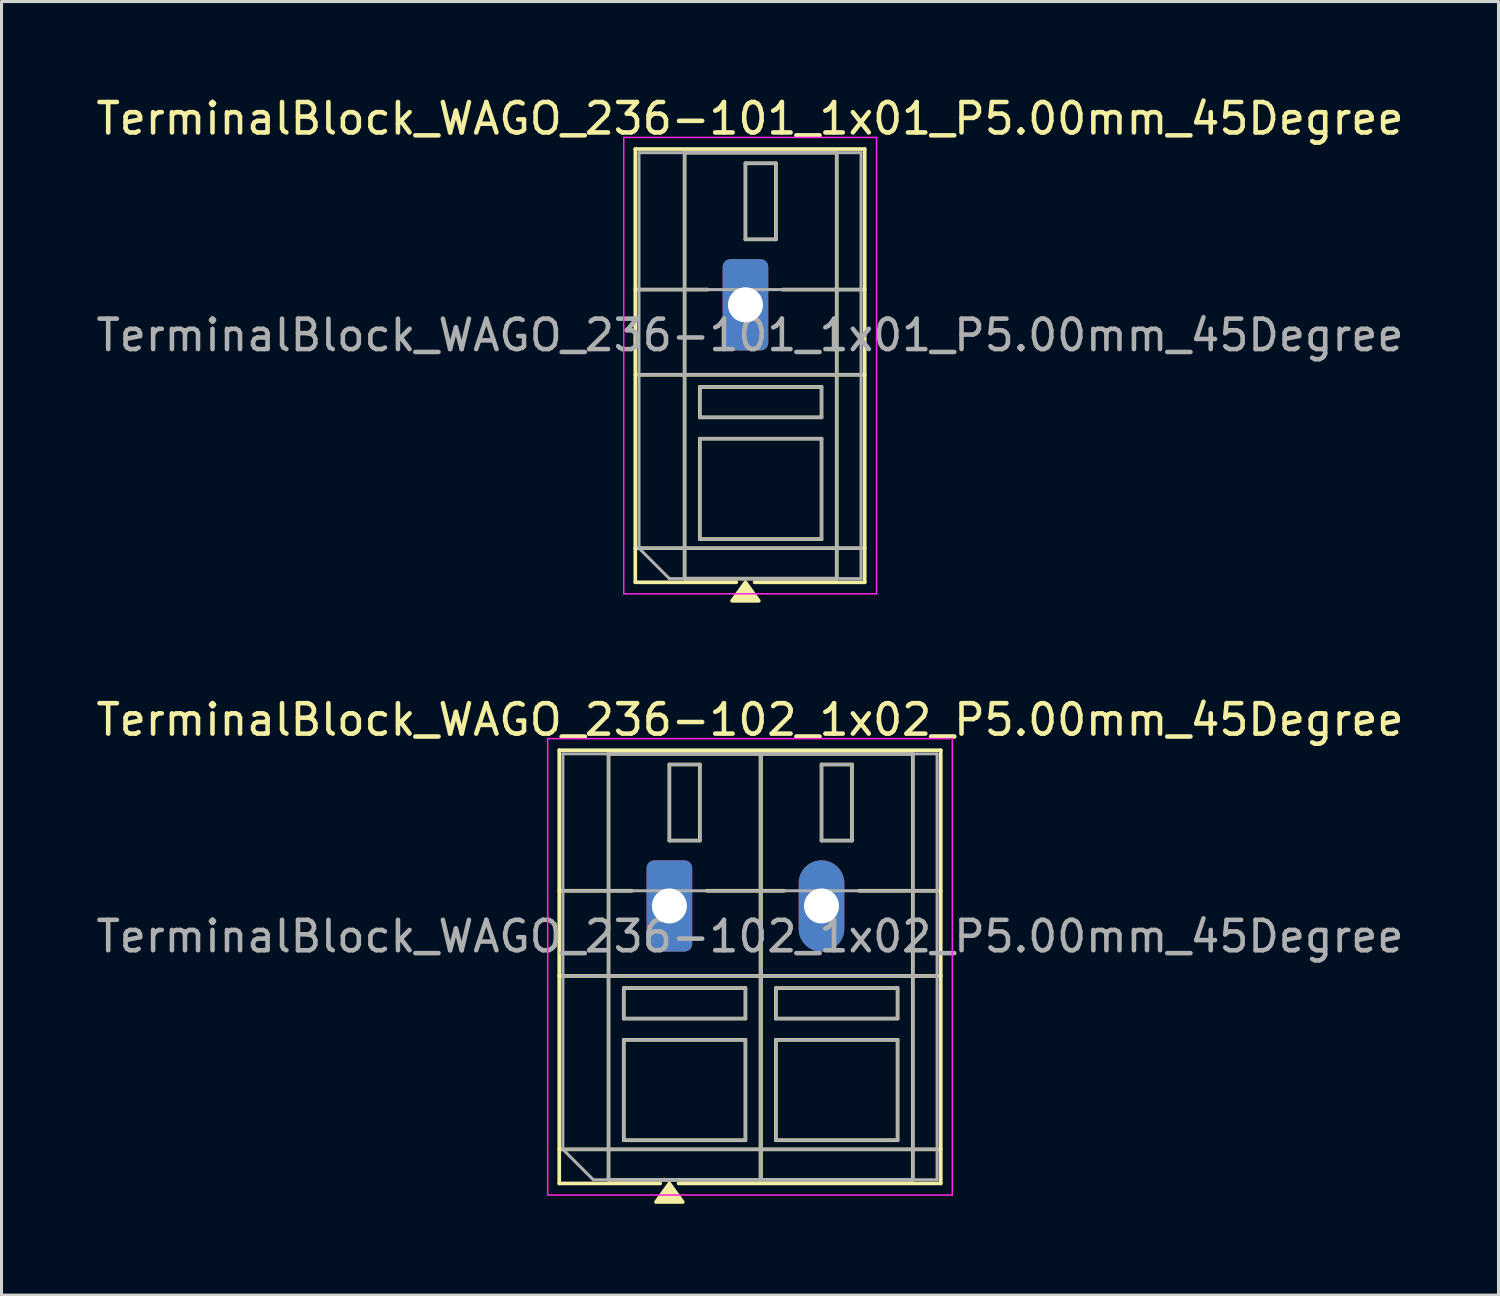
<source format=kicad_pcb>
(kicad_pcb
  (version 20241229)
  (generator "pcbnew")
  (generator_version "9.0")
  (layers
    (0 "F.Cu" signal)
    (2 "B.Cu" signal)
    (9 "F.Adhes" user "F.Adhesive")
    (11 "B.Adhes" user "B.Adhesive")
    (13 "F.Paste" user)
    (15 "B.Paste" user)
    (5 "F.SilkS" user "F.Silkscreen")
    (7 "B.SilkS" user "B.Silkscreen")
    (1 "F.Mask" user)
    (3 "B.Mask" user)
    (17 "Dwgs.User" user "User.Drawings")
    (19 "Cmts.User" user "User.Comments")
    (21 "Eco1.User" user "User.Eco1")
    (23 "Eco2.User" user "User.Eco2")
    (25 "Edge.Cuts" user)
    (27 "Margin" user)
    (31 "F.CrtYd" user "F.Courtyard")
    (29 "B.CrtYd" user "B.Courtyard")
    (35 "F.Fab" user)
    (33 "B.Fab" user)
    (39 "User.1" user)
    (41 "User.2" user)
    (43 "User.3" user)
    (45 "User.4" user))
  (footprint "TerminalBlock_WAGO_236-101_1x01_P5.00mm_45Degree"
    (layer "F.Cu")
    (at 21.451 6.968)
    (property "Reference" "TerminalBlock_WAGO_236-101_1x01_P5.00mm_45Degree" (at 0.15 -6.12 0) (layer "F.SilkS") (effects (font (size 1 1) (thickness 0.15))))
    (attr through_hole)
    (fp_line (start -3.62 -5.12) (end 3.92 -5.12) (stroke (width 0.12) (type solid)) (layer "F.SilkS"))
    (fp_line (start -3.62 -0.5) (end -1.23 -0.5) (stroke (width 0.12) (type solid)) (layer "F.SilkS"))
    (fp_line (start -3.62 2.3) (end 3.92 2.3) (stroke (width 0.12) (type solid)) (layer "F.SilkS"))
    (fp_line (start -3.62 8) (end 3.92 8) (stroke (width 0.12) (type solid)) (layer "F.SilkS"))
    (fp_line (start -3.62 9.12) (end -3.62 -5.12) (stroke (width 0.12) (type solid)) (layer "F.SilkS"))
    (fp_line (start -2 -5) (end 3 -5) (stroke (width 0.12) (type solid)) (layer "F.SilkS"))
    (fp_line (start -2 9) (end -2 -5) (stroke (width 0.12) (type solid)) (layer "F.SilkS"))
    (fp_line (start -1.5 2.7) (end 2.5 2.7) (stroke (width 0.12) (type solid)) (layer "F.SilkS"))
    (fp_line (start -1.5 3.7) (end -1.5 2.7) (stroke (width 0.12) (type solid)) (layer "F.SilkS"))
    (fp_line (start -1.5 4.4) (end 2.5 4.4) (stroke (width 0.12) (type solid)) (layer "F.SilkS"))
    (fp_line (start -1.5 7.7) (end -1.5 4.4) (stroke (width 0.12) (type solid)) (layer "F.SilkS"))
    (fp_line (start -0.3 9.12) (end -3.62 9.12) (stroke (width 0.12) (type solid)) (layer "F.SilkS"))
    (fp_line (start 0 -4.65) (end 1 -4.65) (stroke (width 0.12) (type solid)) (layer "F.SilkS"))
    (fp_line (start 0 -2.15) (end 0 -4.65) (stroke (width 0.12) (type solid)) (layer "F.SilkS"))
    (fp_line (start 1 -4.65) (end 1 -2.15) (stroke (width 0.12) (type solid)) (layer "F.SilkS"))
    (fp_line (start 1 -2.15) (end 0 -2.15) (stroke (width 0.12) (type solid)) (layer "F.SilkS"))
    (fp_line (start 1.23 -0.5) (end 3.92 -0.5) (stroke (width 0.12) (type solid)) (layer "F.SilkS"))
    (fp_line (start 2.5 2.7) (end 2.5 3.7) (stroke (width 0.12) (type solid)) (layer "F.SilkS"))
    (fp_line (start 2.5 3.7) (end -1.5 3.7) (stroke (width 0.12) (type solid)) (layer "F.SilkS"))
    (fp_line (start 2.5 4.4) (end 2.5 7.7) (stroke (width 0.12) (type solid)) (layer "F.SilkS"))
    (fp_line (start 2.5 7.7) (end -1.5 7.7) (stroke (width 0.12) (type solid)) (layer "F.SilkS"))
    (fp_line (start 3 -5) (end 3 9) (stroke (width 0.12) (type solid)) (layer "F.SilkS"))
    (fp_line (start 3 9) (end -2 9) (stroke (width 0.12) (type solid)) (layer "F.SilkS"))
    (fp_line (start 3.92 -5.12) (end 3.92 9.12) (stroke (width 0.12) (type solid)) (layer "F.SilkS"))
    (fp_line (start 3.92 9.12) (end 0.3 9.12) (stroke (width 0.12) (type solid)) (layer "F.SilkS"))
    (fp_poly (pts (xy 0 9.12) (xy 0.44 9.73) (xy -0.44 9.73)) (stroke (width 0.12) (type solid)) (fill yes) (layer "F.SilkS"))
    (fp_line (start -4 -5.5) (end -4 9.5) (stroke (width 0.05) (type solid)) (layer "F.CrtYd"))
    (fp_line (start -4 9.5) (end 4.31 9.5) (stroke (width 0.05) (type solid)) (layer "F.CrtYd"))
    (fp_line (start 4.31 -5.5) (end -4 -5.5) (stroke (width 0.05) (type solid)) (layer "F.CrtYd"))
    (fp_line (start 4.31 9.5) (end 4.31 -5.5) (stroke (width 0.05) (type solid)) (layer "F.CrtYd"))
    (fp_line (start -3.5 -5) (end 3.8 -5) (stroke (width 0.1) (type solid)) (layer "F.Fab"))
    (fp_line (start -3.5 -0.5) (end 3.8 -0.5) (stroke (width 0.1) (type solid)) (layer "F.Fab"))
    (fp_line (start -3.5 2.3) (end 3.8 2.3) (stroke (width 0.1) (type solid)) (layer "F.Fab"))
    (fp_line (start -3.5 8) (end -3.5 -5) (stroke (width 0.1) (type solid)) (layer "F.Fab"))
    (fp_line (start -3.5 8) (end 3.8 8) (stroke (width 0.1) (type solid)) (layer "F.Fab"))
    (fp_line (start -2.5 9) (end -3.5 8) (stroke (width 0.1) (type solid)) (layer "F.Fab"))
    (fp_line (start -2 -5) (end -2 9) (stroke (width 0.1) (type solid)) (layer "F.Fab"))
    (fp_line (start -2 9) (end 3 9) (stroke (width 0.1) (type solid)) (layer "F.Fab"))
    (fp_line (start -1.5 2.7) (end -1.5 3.7) (stroke (width 0.1) (type solid)) (layer "F.Fab"))
    (fp_line (start -1.5 3.7) (end 2.5 3.7) (stroke (width 0.1) (type solid)) (layer "F.Fab"))
    (fp_line (start -1.5 4.4) (end -1.5 7.7) (stroke (width 0.1) (type solid)) (layer "F.Fab"))
    (fp_line (start -1.5 7.7) (end 2.5 7.7) (stroke (width 0.1) (type solid)) (layer "F.Fab"))
    (fp_line (start 0 -4.65) (end 0 -2.15) (stroke (width 0.1) (type solid)) (layer "F.Fab"))
    (fp_line (start 0 -2.15) (end 1 -2.15) (stroke (width 0.1) (type solid)) (layer "F.Fab"))
    (fp_line (start 1 -4.65) (end 0 -4.65) (stroke (width 0.1) (type solid)) (layer "F.Fab"))
    (fp_line (start 1 -2.15) (end 1 -4.65) (stroke (width 0.1) (type solid)) (layer "F.Fab"))
    (fp_line (start 2.5 2.7) (end -1.5 2.7) (stroke (width 0.1) (type solid)) (layer "F.Fab"))
    (fp_line (start 2.5 3.7) (end 2.5 2.7) (stroke (width 0.1) (type solid)) (layer "F.Fab"))
    (fp_line (start 2.5 4.4) (end -1.5 4.4) (stroke (width 0.1) (type solid)) (layer "F.Fab"))
    (fp_line (start 2.5 7.7) (end 2.5 4.4) (stroke (width 0.1) (type solid)) (layer "F.Fab"))
    (fp_line (start 3 -5) (end -2 -5) (stroke (width 0.1) (type solid)) (layer "F.Fab"))
    (fp_line (start 3 9) (end 3 -5) (stroke (width 0.1) (type solid)) (layer "F.Fab"))
    (fp_line (start 3.8 -5) (end 3.8 9) (stroke (width 0.1) (type solid)) (layer "F.Fab"))
    (fp_line (start 3.8 9) (end -2.5 9) (stroke (width 0.1) (type solid)) (layer "F.Fab"))
    (fp_text user "${REFERENCE}" (at 0.15 1 0) (layer "F.Fab") (effects (font (size 1 1) (thickness 0.15))))
    (pad "1" thru_hole roundrect (at 0 0) (size 1.5 3) (drill 1.15) (layers "*.Cu" "*.Mask") (roundrect_rratio 0.167)))
  (footprint "TerminalBlock_WAGO_236-102_1x02_P5.00mm_45Degree"
    (layer "F.Cu")
    (at 18.951 26.727)
    (property "Reference" "TerminalBlock_WAGO_236-102_1x02_P5.00mm_45Degree" (at 2.65 -6.12 0) (layer "F.SilkS") (effects (font (size 1 1) (thickness 0.15))))
    (attr through_hole)
    (fp_line (start -3.62 -5.12) (end 8.92 -5.12) (stroke (width 0.12) (type solid)) (layer "F.SilkS"))
    (fp_line (start -3.62 -0.5) (end -1.23 -0.5) (stroke (width 0.12) (type solid)) (layer "F.SilkS"))
    (fp_line (start -3.62 2.3) (end 8.92 2.3) (stroke (width 0.12) (type solid)) (layer "F.SilkS"))
    (fp_line (start -3.62 8) (end 8.92 8) (stroke (width 0.12) (type solid)) (layer "F.SilkS"))
    (fp_line (start -3.62 9.12) (end -3.62 -5.12) (stroke (width 0.12) (type solid)) (layer "F.SilkS"))
    (fp_line (start -2 -5) (end 3 -5) (stroke (width 0.12) (type solid)) (layer "F.SilkS"))
    (fp_line (start -2 9) (end -2 -5) (stroke (width 0.12) (type solid)) (layer "F.SilkS"))
    (fp_line (start -1.5 2.7) (end 2.5 2.7) (stroke (width 0.12) (type solid)) (layer "F.SilkS"))
    (fp_line (start -1.5 3.7) (end -1.5 2.7) (stroke (width 0.12) (type solid)) (layer "F.SilkS"))
    (fp_line (start -1.5 4.4) (end 2.5 4.4) (stroke (width 0.12) (type solid)) (layer "F.SilkS"))
    (fp_line (start -1.5 7.7) (end -1.5 4.4) (stroke (width 0.12) (type solid)) (layer "F.SilkS"))
    (fp_line (start -0.3 9.12) (end -3.62 9.12) (stroke (width 0.12) (type solid)) (layer "F.SilkS"))
    (fp_line (start 0 -4.65) (end 1 -4.65) (stroke (width 0.12) (type solid)) (layer "F.SilkS"))
    (fp_line (start 0 -2.15) (end 0 -4.65) (stroke (width 0.12) (type solid)) (layer "F.SilkS"))
    (fp_line (start 1 -4.65) (end 1 -2.15) (stroke (width 0.12) (type solid)) (layer "F.SilkS"))
    (fp_line (start 1 -2.15) (end 0 -2.15) (stroke (width 0.12) (type solid)) (layer "F.SilkS"))
    (fp_line (start 1.23 -0.5) (end 3.77 -0.5) (stroke (width 0.12) (type solid)) (layer "F.SilkS"))
    (fp_line (start 2.5 2.7) (end 2.5 3.7) (stroke (width 0.12) (type solid)) (layer "F.SilkS"))
    (fp_line (start 2.5 3.7) (end -1.5 3.7) (stroke (width 0.12) (type solid)) (layer "F.SilkS"))
    (fp_line (start 2.5 4.4) (end 2.5 7.7) (stroke (width 0.12) (type solid)) (layer "F.SilkS"))
    (fp_line (start 2.5 7.7) (end -1.5 7.7) (stroke (width 0.12) (type solid)) (layer "F.SilkS"))
    (fp_line (start 3 -5) (end 3 9) (stroke (width 0.12) (type solid)) (layer "F.SilkS"))
    (fp_line (start 3 -5) (end 8 -5) (stroke (width 0.12) (type solid)) (layer "F.SilkS"))
    (fp_line (start 3 9) (end -2 9) (stroke (width 0.12) (type solid)) (layer "F.SilkS"))
    (fp_line (start 3 9) (end 3 -5) (stroke (width 0.12) (type solid)) (layer "F.SilkS"))
    (fp_line (start 3.5 2.7) (end 7.5 2.7) (stroke (width 0.12) (type solid)) (layer "F.SilkS"))
    (fp_line (start 3.5 3.7) (end 3.5 2.7) (stroke (width 0.12) (type solid)) (layer "F.SilkS"))
    (fp_line (start 3.5 4.4) (end 7.5 4.4) (stroke (width 0.12) (type solid)) (layer "F.SilkS"))
    (fp_line (start 3.5 7.7) (end 3.5 4.4) (stroke (width 0.12) (type solid)) (layer "F.SilkS"))
    (fp_line (start 5 -4.65) (end 6 -4.65) (stroke (width 0.12) (type solid)) (layer "F.SilkS"))
    (fp_line (start 5 -2.15) (end 5 -4.65) (stroke (width 0.12) (type solid)) (layer "F.SilkS"))
    (fp_line (start 6 -4.65) (end 6 -2.15) (stroke (width 0.12) (type solid)) (layer "F.SilkS"))
    (fp_line (start 6 -2.15) (end 5 -2.15) (stroke (width 0.12) (type solid)) (layer "F.SilkS"))
    (fp_line (start 6.23 -0.5) (end 8.92 -0.5) (stroke (width 0.12) (type solid)) (layer "F.SilkS"))
    (fp_line (start 7.5 2.7) (end 7.5 3.7) (stroke (width 0.12) (type solid)) (layer "F.SilkS"))
    (fp_line (start 7.5 3.7) (end 3.5 3.7) (stroke (width 0.12) (type solid)) (layer "F.SilkS"))
    (fp_line (start 7.5 4.4) (end 7.5 7.7) (stroke (width 0.12) (type solid)) (layer "F.SilkS"))
    (fp_line (start 7.5 7.7) (end 3.5 7.7) (stroke (width 0.12) (type solid)) (layer "F.SilkS"))
    (fp_line (start 8 -5) (end 8 9) (stroke (width 0.12) (type solid)) (layer "F.SilkS"))
    (fp_line (start 8 9) (end 3 9) (stroke (width 0.12) (type solid)) (layer "F.SilkS"))
    (fp_line (start 8.92 -5.12) (end 8.92 9.12) (stroke (width 0.12) (type solid)) (layer "F.SilkS"))
    (fp_line (start 8.92 9.12) (end 0.3 9.12) (stroke (width 0.12) (type solid)) (layer "F.SilkS"))
    (fp_poly (pts (xy 0 9.12) (xy 0.44 9.73) (xy -0.44 9.73)) (stroke (width 0.12) (type solid)) (fill yes) (layer "F.SilkS"))
    (fp_line (start -4 -5.5) (end -4 9.5) (stroke (width 0.05) (type solid)) (layer "F.CrtYd"))
    (fp_line (start -4 9.5) (end 9.3 9.5) (stroke (width 0.05) (type solid)) (layer "F.CrtYd"))
    (fp_line (start 9.3 -5.5) (end -4 -5.5) (stroke (width 0.05) (type solid)) (layer "F.CrtYd"))
    (fp_line (start 9.3 9.5) (end 9.3 -5.5) (stroke (width 0.05) (type solid)) (layer "F.CrtYd"))
    (fp_line (start -3.5 -5) (end 8.8 -5) (stroke (width 0.1) (type solid)) (layer "F.Fab"))
    (fp_line (start -3.5 -0.5) (end 8.8 -0.5) (stroke (width 0.1) (type solid)) (layer "F.Fab"))
    (fp_line (start -3.5 2.3) (end 8.8 2.3) (stroke (width 0.1) (type solid)) (layer "F.Fab"))
    (fp_line (start -3.5 8) (end -3.5 -5) (stroke (width 0.1) (type solid)) (layer "F.Fab"))
    (fp_line (start -3.5 8) (end 8.8 8) (stroke (width 0.1) (type solid)) (layer "F.Fab"))
    (fp_line (start -2.5 9) (end -3.5 8) (stroke (width 0.1) (type solid)) (layer "F.Fab"))
    (fp_line (start -2 -5) (end -2 9) (stroke (width 0.1) (type solid)) (layer "F.Fab"))
    (fp_line (start -2 9) (end 3 9) (stroke (width 0.1) (type solid)) (layer "F.Fab"))
    (fp_line (start -1.5 2.7) (end -1.5 3.7) (stroke (width 0.1) (type solid)) (layer "F.Fab"))
    (fp_line (start -1.5 3.7) (end 2.5 3.7) (stroke (width 0.1) (type solid)) (layer "F.Fab"))
    (fp_line (start -1.5 4.4) (end -1.5 7.7) (stroke (width 0.1) (type solid)) (layer "F.Fab"))
    (fp_line (start -1.5 7.7) (end 2.5 7.7) (stroke (width 0.1) (type solid)) (layer "F.Fab"))
    (fp_line (start 0 -4.65) (end 0 -2.15) (stroke (width 0.1) (type solid)) (layer "F.Fab"))
    (fp_line (start 0 -2.15) (end 1 -2.15) (stroke (width 0.1) (type solid)) (layer "F.Fab"))
    (fp_line (start 1 -4.65) (end 0 -4.65) (stroke (width 0.1) (type solid)) (layer "F.Fab"))
    (fp_line (start 1 -2.15) (end 1 -4.65) (stroke (width 0.1) (type solid)) (layer "F.Fab"))
    (fp_line (start 2.5 2.7) (end -1.5 2.7) (stroke (width 0.1) (type solid)) (layer "F.Fab"))
    (fp_line (start 2.5 3.7) (end 2.5 2.7) (stroke (width 0.1) (type solid)) (layer "F.Fab"))
    (fp_line (start 2.5 4.4) (end -1.5 4.4) (stroke (width 0.1) (type solid)) (layer "F.Fab"))
    (fp_line (start 2.5 7.7) (end 2.5 4.4) (stroke (width 0.1) (type solid)) (layer "F.Fab"))
    (fp_line (start 3 -5) (end -2 -5) (stroke (width 0.1) (type solid)) (layer "F.Fab"))
    (fp_line (start 3 -5) (end 3 9) (stroke (width 0.1) (type solid)) (layer "F.Fab"))
    (fp_line (start 3 9) (end 3 -5) (stroke (width 0.1) (type solid)) (layer "F.Fab"))
    (fp_line (start 3 9) (end 8 9) (stroke (width 0.1) (type solid)) (layer "F.Fab"))
    (fp_line (start 3.5 2.7) (end 3.5 3.7) (stroke (width 0.1) (type solid)) (layer "F.Fab"))
    (fp_line (start 3.5 3.7) (end 7.5 3.7) (stroke (width 0.1) (type solid)) (layer "F.Fab"))
    (fp_line (start 3.5 4.4) (end 3.5 7.7) (stroke (width 0.1) (type solid)) (layer "F.Fab"))
    (fp_line (start 3.5 7.7) (end 7.5 7.7) (stroke (width 0.1) (type solid)) (layer "F.Fab"))
    (fp_line (start 5 -4.65) (end 5 -2.15) (stroke (width 0.1) (type solid)) (layer "F.Fab"))
    (fp_line (start 5 -2.15) (end 6 -2.15) (stroke (width 0.1) (type solid)) (layer "F.Fab"))
    (fp_line (start 6 -4.65) (end 5 -4.65) (stroke (width 0.1) (type solid)) (layer "F.Fab"))
    (fp_line (start 6 -2.15) (end 6 -4.65) (stroke (width 0.1) (type solid)) (layer "F.Fab"))
    (fp_line (start 7.5 2.7) (end 3.5 2.7) (stroke (width 0.1) (type solid)) (layer "F.Fab"))
    (fp_line (start 7.5 3.7) (end 7.5 2.7) (stroke (width 0.1) (type solid)) (layer "F.Fab"))
    (fp_line (start 7.5 4.4) (end 3.5 4.4) (stroke (width 0.1) (type solid)) (layer "F.Fab"))
    (fp_line (start 7.5 7.7) (end 7.5 4.4) (stroke (width 0.1) (type solid)) (layer "F.Fab"))
    (fp_line (start 8 -5) (end 3 -5) (stroke (width 0.1) (type solid)) (layer "F.Fab"))
    (fp_line (start 8 9) (end 8 -5) (stroke (width 0.1) (type solid)) (layer "F.Fab"))
    (fp_line (start 8.8 -5) (end 8.8 9) (stroke (width 0.1) (type solid)) (layer "F.Fab"))
    (fp_line (start 8.8 9) (end -2.5 9) (stroke (width 0.1) (type solid)) (layer "F.Fab"))
    (fp_text user "${REFERENCE}" (at 2.65 1 0) (layer "F.Fab") (effects (font (size 1 1) (thickness 0.15))))
    (pad "1" thru_hole roundrect (at 0 0) (size 1.5 3) (drill 1.15) (layers "*.Cu" "*.Mask") (roundrect_rratio 0.167))
    (pad "2" thru_hole oval (at 5 0) (size 1.5 3) (drill 1.15) (layers "*.Cu" "*.Mask")))
  (gr_rect
    (start -3 -3)
    (end 46.202 39.517)
    (stroke (width 0.1) (type default))
    (fill no)
    (layer "Edge.Cuts")))
</source>
